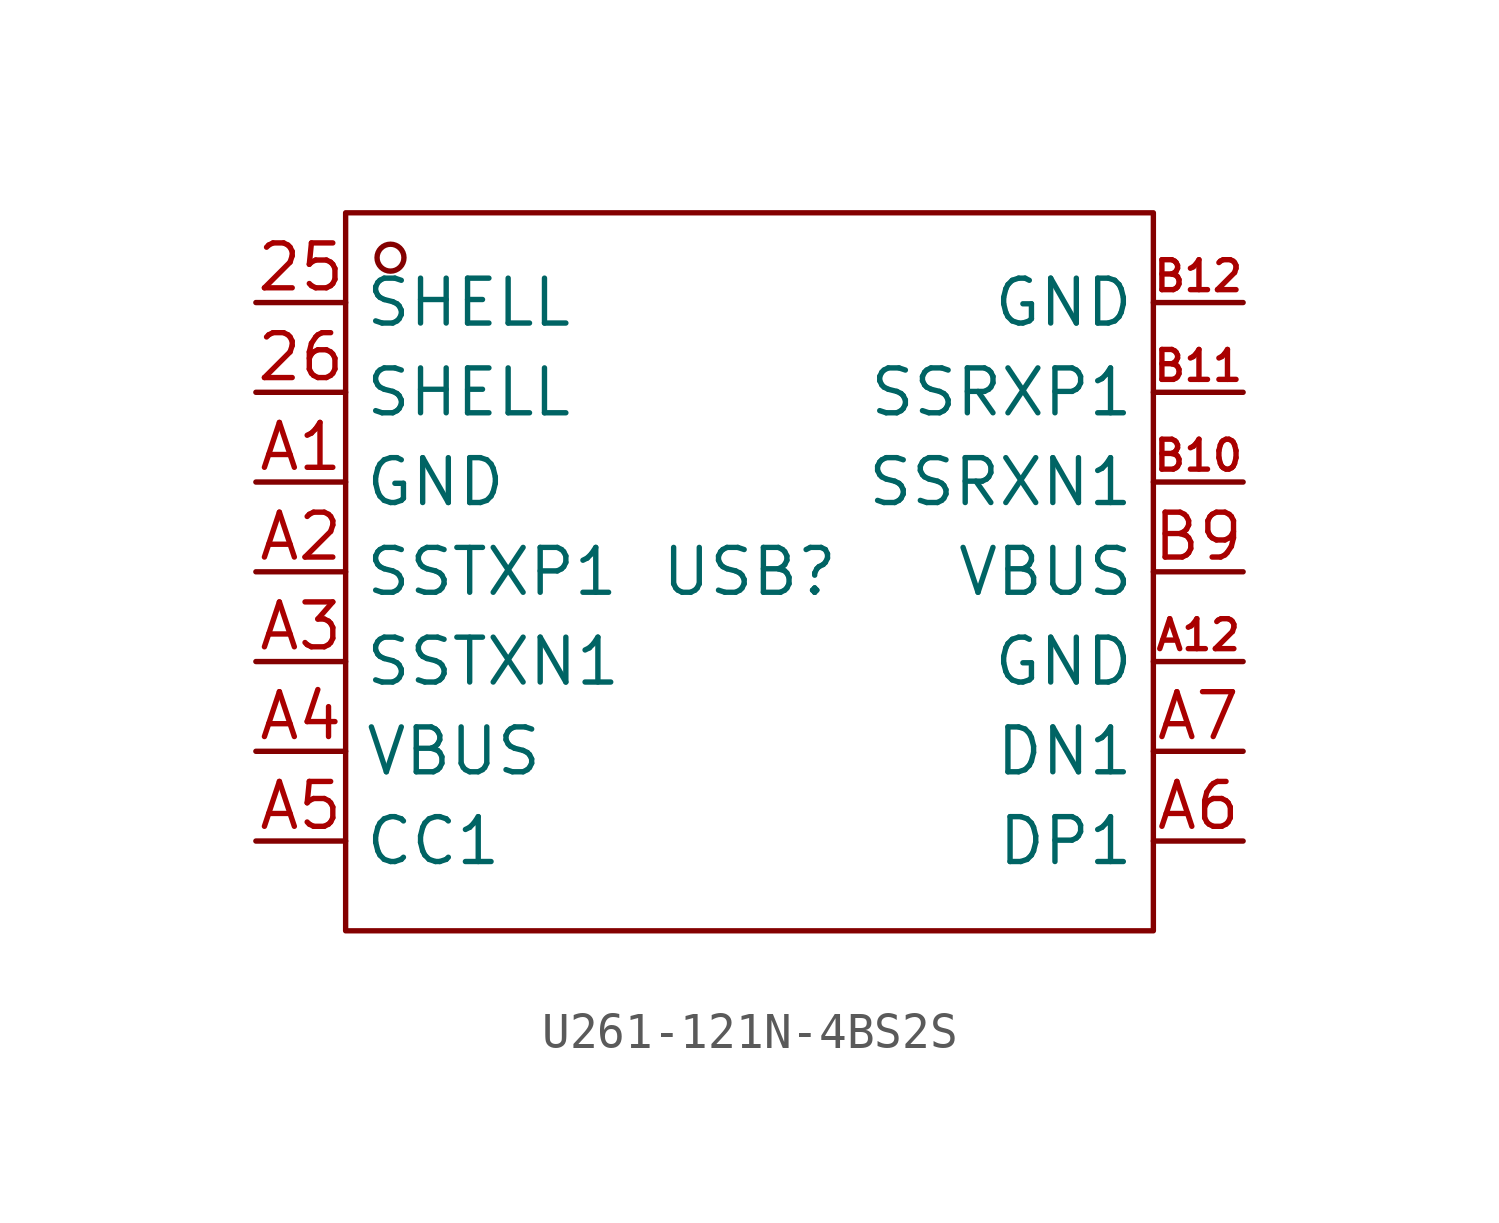
<source format=kicad_sym>
(kicad_symbol_lib
  (version 20241209)
  (generator "kicad_symbol_editor")
  (generator_version "9.0")
  (symbol "U261-121N-4BS2S"
    (property "Reference" "USB"
      (at 0 0 0)
      (effects (font (size 1.27 1.27))))
    (property "Value" ""
      (at 0 0 0)
      (effects (font (size 1.27 1.27))))
    (symbol "U261-121N-4BS2S_1_0"
      (rectangle (start -11.43 -10.16) (end 11.43 10.16) (stroke (width 0) (type default)) (fill (type none)))
      (circle (center -10.16 8.89) (radius 0.381) (stroke (width 0) (type default)) (fill (type none)))
      (pin unspecified line (at -13.97 7.62 0) (length 2.54) (name "SHELL" (effects (font (size 1.27 1.27)))) (number "25" (effects (font (size 1.27 1.27)))))
      (pin unspecified line (at -13.97 5.08 0) (length 2.54) (name "SHELL" (effects (font (size 1.27 1.27)))) (number "26" (effects (font (size 1.27 1.27)))))
      (pin unspecified line (at -13.97 2.54 0) (length 2.54) (name "GND" (effects (font (size 1.27 1.27)))) (number "A1" (effects (font (size 1.27 1.27)))))
      (pin unspecified line (at -13.97 0 0) (length 2.54) (name "SSTXP1" (effects (font (size 1.27 1.27)))) (number "A2" (effects (font (size 1.27 1.27)))))
      (pin unspecified line (at -13.97 -2.54 0) (length 2.54) (name "SSTXN1" (effects (font (size 1.27 1.27)))) (number "A3" (effects (font (size 1.27 1.27)))))
      (pin unspecified line (at -13.97 -5.08 0) (length 2.54) (name "VBUS" (effects (font (size 1.27 1.27)))) (number "A4" (effects (font (size 1.27 1.27)))))
      (pin unspecified line (at -13.97 -7.62 0) (length 2.54) (name "CC1" (effects (font (size 1.27 1.27)))) (number "A5" (effects (font (size 1.27 1.27)))))
      (pin unspecified line (at 13.97 7.62 180) (length 2.54) (name "GND" (effects (font (size 1.27 1.27)))) (number "B12" (effects (font (size 0.847 0.847)))))
      (pin unspecified line (at 13.97 5.08 180) (length 2.54) (name "SSRXP1" (effects (font (size 1.27 1.27)))) (number "B11" (effects (font (size 0.847 0.847)))))
      (pin unspecified line (at 13.97 2.54 180) (length 2.54) (name "SSRXN1" (effects (font (size 1.27 1.27)))) (number "B10" (effects (font (size 0.847 0.847)))))
      (pin unspecified line (at 13.97 0 180) (length 2.54) (name "VBUS" (effects (font (size 1.27 1.27)))) (number "B9" (effects (font (size 1.27 1.27)))))
      (pin unspecified line (at 13.97 -2.54 180) (length 2.54) (name "GND" (effects (font (size 1.27 1.27)))) (number "A12" (effects (font (size 0.847 0.847)))))
      (pin unspecified line (at 13.97 -5.08 180) (length 2.54) (name "DN1" (effects (font (size 1.27 1.27)))) (number "A7" (effects (font (size 1.27 1.27)))))
      (pin unspecified line (at 13.97 -7.62 180) (length 2.54) (name "DP1" (effects (font (size 1.27 1.27)))) (number "A6" (effects (font (size 1.27 1.27))))))))
</source>
